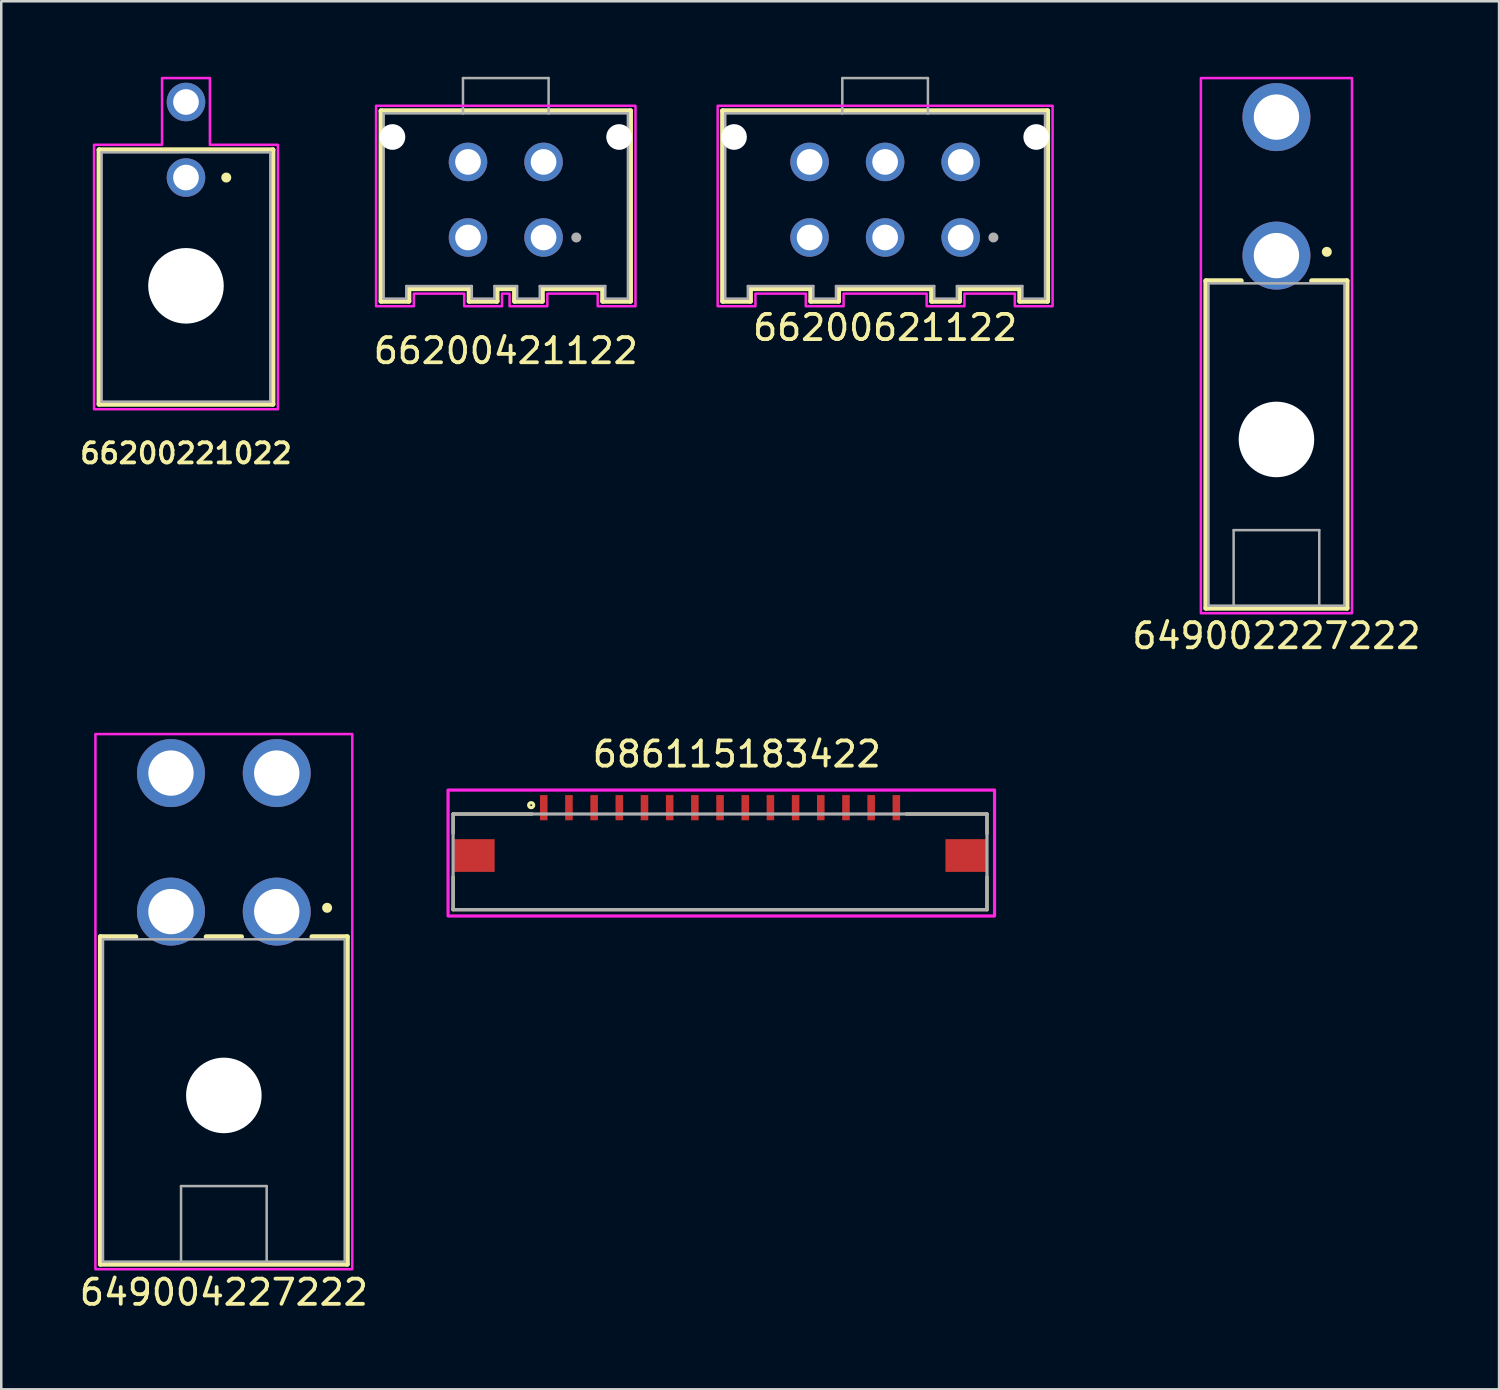
<source format=kicad_pcb>
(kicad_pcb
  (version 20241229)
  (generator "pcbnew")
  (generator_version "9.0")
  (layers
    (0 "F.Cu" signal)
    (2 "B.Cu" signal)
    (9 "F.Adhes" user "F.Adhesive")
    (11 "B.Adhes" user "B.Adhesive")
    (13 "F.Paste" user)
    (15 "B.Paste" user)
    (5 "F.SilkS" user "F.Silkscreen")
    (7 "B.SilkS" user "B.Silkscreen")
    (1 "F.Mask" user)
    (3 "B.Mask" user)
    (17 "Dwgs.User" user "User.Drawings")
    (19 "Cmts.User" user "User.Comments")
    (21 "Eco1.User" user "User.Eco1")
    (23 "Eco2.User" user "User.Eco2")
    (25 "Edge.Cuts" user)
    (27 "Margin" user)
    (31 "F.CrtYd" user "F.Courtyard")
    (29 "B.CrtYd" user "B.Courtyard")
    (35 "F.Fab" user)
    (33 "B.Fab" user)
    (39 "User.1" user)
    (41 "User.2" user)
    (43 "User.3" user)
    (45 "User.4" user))
  (footprint "649002227222"
    (layer "F.Cu")
    (at 47.636 14.6)
    (property "Reference" "649002227222" (at 0 7.6 0) (layer "F.SilkS") (effects (font (size 1 1) (thickness 0.15))))
    (attr through_hole)
    (fp_line (start -2.8 -6.5) (end -2.8 6.5) (stroke (width 0.2) (type solid)) (layer "F.SilkS"))
    (fp_line (start -2.8 6.5) (end 2.8 6.5) (stroke (width 0.2) (type solid)) (layer "F.SilkS"))
    (fp_line (start -1.4 -6.5) (end -2.8 -6.5) (stroke (width 0.2) (type solid)) (layer "F.SilkS"))
    (fp_line (start 2.8 -6.5) (end 1.4 -6.5) (stroke (width 0.2) (type solid)) (layer "F.SilkS"))
    (fp_line (start 2.8 6.5) (end 2.8 -6.5) (stroke (width 0.2) (type solid)) (layer "F.SilkS"))
    (fp_circle (center 2 -7.65) (end 2.1 -7.65) (stroke (width 0.2) (type solid)) (fill no) (layer "F.SilkS"))
    (fp_poly (pts (xy -3 -14.55) (xy 3 -14.55) (xy 3 6.7) (xy -3 6.7)) (stroke (width 0.1) (type solid)) (fill no) (layer "F.CrtYd"))
    (fp_line (start -2.7 -6.4) (end 2.7 -6.4) (stroke (width 0.1) (type solid)) (layer "F.Fab"))
    (fp_line (start -2.7 6.4) (end -2.7 -6.4) (stroke (width 0.1) (type solid)) (layer "F.Fab"))
    (fp_line (start -1.7 3.4) (end 1.7 3.4) (stroke (width 0.1) (type solid)) (layer "F.Fab"))
    (fp_line (start -1.7 6.4) (end -2.7 6.4) (stroke (width 0.1) (type solid)) (layer "F.Fab"))
    (fp_line (start -1.7 6.4) (end -1.7 3.4) (stroke (width 0.1) (type solid)) (layer "F.Fab"))
    (fp_line (start 1.7 3.4) (end 1.7 6.4) (stroke (width 0.1) (type solid)) (layer "F.Fab"))
    (fp_line (start 1.7 6.4) (end -1.7 6.4) (stroke (width 0.1) (type solid)) (layer "F.Fab"))
    (fp_line (start 2.7 -6.4) (end 2.7 6.4) (stroke (width 0.1) (type solid)) (layer "F.Fab"))
    (fp_line (start 2.7 6.4) (end 1.7 6.4) (stroke (width 0.1) (type solid)) (layer "F.Fab"))
    (pad "" np_thru_hole circle (at 0 -0.2) (size 3 3) (drill 3) (layers "*.Cu" "*.Mask"))
    (pad "1" thru_hole circle (at 0 -7.5) (size 2.7 2.7) (drill 1.8) (layers "*.Cu" "*.Mask"))
    (pad "2" thru_hole circle (at 0 -13) (size 2.7 2.7) (drill 1.8) (layers "*.Cu" "*.Mask")))
  (footprint "649004227222"
    (layer "F.Cu")
    (at 5.839 40.648)
    (property "Reference" "649004227222" (at 0 7.62 0) (layer "F.SilkS") (effects (font (size 1 1) (thickness 0.15))))
    (attr through_hole)
    (fp_line (start -4.9 -6.5) (end -4.9 6.5) (stroke (width 0.2) (type solid)) (layer "F.SilkS"))
    (fp_line (start -4.9 6.5) (end 4.9 6.5) (stroke (width 0.2) (type solid)) (layer "F.SilkS"))
    (fp_line (start -3.5 -6.5) (end -4.9 -6.5) (stroke (width 0.2) (type solid)) (layer "F.SilkS"))
    (fp_line (start -0.7 -6.5) (end 0.7 -6.5) (stroke (width 0.2) (type solid)) (layer "F.SilkS"))
    (fp_line (start 4.9 -6.5) (end 3.5 -6.5) (stroke (width 0.2) (type solid)) (layer "F.SilkS"))
    (fp_line (start 4.9 6.5) (end 4.9 -6.5) (stroke (width 0.2) (type solid)) (layer "F.SilkS"))
    (fp_circle (center 4.1 -7.65) (end 4.2 -7.65) (stroke (width 0.2) (type solid)) (fill no) (layer "F.SilkS"))
    (fp_poly (pts (xy -5.1 -14.55) (xy 5.1 -14.55) (xy 5.1 6.7) (xy -5.1 6.7)) (stroke (width 0.1) (type solid)) (fill no) (layer "F.CrtYd"))
    (fp_line (start -4.8 -6.4) (end 4.8 -6.4) (stroke (width 0.1) (type solid)) (layer "F.Fab"))
    (fp_line (start -4.8 6.4) (end -4.8 -6.4) (stroke (width 0.1) (type solid)) (layer "F.Fab"))
    (fp_line (start -1.7 3.4) (end 1.7 3.4) (stroke (width 0.1) (type solid)) (layer "F.Fab"))
    (fp_line (start -1.7 6.4) (end -4.8 6.4) (stroke (width 0.1) (type solid)) (layer "F.Fab"))
    (fp_line (start -1.7 6.4) (end -1.7 3.4) (stroke (width 0.1) (type solid)) (layer "F.Fab"))
    (fp_line (start 1.7 3.4) (end 1.7 6.4) (stroke (width 0.1) (type solid)) (layer "F.Fab"))
    (fp_line (start 1.7 6.4) (end -1.7 6.4) (stroke (width 0.1) (type solid)) (layer "F.Fab"))
    (fp_line (start 4.8 -6.4) (end 4.8 6.4) (stroke (width 0.1) (type solid)) (layer "F.Fab"))
    (fp_line (start 4.8 6.4) (end 1.7 6.4) (stroke (width 0.1) (type solid)) (layer "F.Fab"))
    (pad "" np_thru_hole circle (at 0 -0.2) (size 3 3) (drill 3) (layers "*.Cu" "*.Mask"))
    (pad "1" thru_hole circle (at 2.1 -7.5) (size 2.7 2.7) (drill 1.8) (layers "*.Cu" "*.Mask"))
    (pad "2" thru_hole circle (at -2.1 -7.5) (size 2.7 2.7) (drill 1.8) (layers "*.Cu" "*.Mask"))
    (pad "3" thru_hole circle (at 2.1 -13) (size 2.7 2.7) (drill 1.8) (layers "*.Cu" "*.Mask"))
    (pad "4" thru_hole circle (at -2.1 -13) (size 2.7 2.7) (drill 1.8) (layers "*.Cu" "*.Mask")))
  (footprint "66200421122"
    (layer "F.Cu")
    (at 17.034 4.88)
    (property "Reference" "66200421122" (at 0 6 0) (layer "F.SilkS") (effects (font (size 1 1) (thickness 0.15))))
    (attr through_hole)
    (fp_line (start -4.95 -3.53) (end 4.95 -3.53) (stroke (width 0.2) (type solid)) (layer "F.SilkS"))
    (fp_line (start -4.95 4.03) (end -4.95 -3.53) (stroke (width 0.2) (type solid)) (layer "F.SilkS"))
    (fp_line (start -3.85 3.53) (end -3.85 4.03) (stroke (width 0.2) (type solid)) (layer "F.SilkS"))
    (fp_line (start -3.85 4.03) (end -4.95 4.03) (stroke (width 0.2) (type solid)) (layer "F.SilkS"))
    (fp_line (start -1.45 3.53) (end -3.85 3.53) (stroke (width 0.2) (type solid)) (layer "F.SilkS"))
    (fp_line (start -1.45 4.03) (end -1.45 3.53) (stroke (width 0.2) (type solid)) (layer "F.SilkS"))
    (fp_line (start -0.35 3.53) (end -0.35 4.03) (stroke (width 0.2) (type solid)) (layer "F.SilkS"))
    (fp_line (start -0.35 4.03) (end -1.45 4.03) (stroke (width 0.2) (type solid)) (layer "F.SilkS"))
    (fp_line (start 0.35 3.53) (end -0.35 3.53) (stroke (width 0.2) (type solid)) (layer "F.SilkS"))
    (fp_line (start 0.35 4.03) (end 0.35 3.53) (stroke (width 0.2) (type solid)) (layer "F.SilkS"))
    (fp_line (start 1.45 3.53) (end 1.45 4.03) (stroke (width 0.2) (type solid)) (layer "F.SilkS"))
    (fp_line (start 1.45 4.03) (end 0.35 4.03) (stroke (width 0.2) (type solid)) (layer "F.SilkS"))
    (fp_line (start 3.85 3.53) (end 1.45 3.53) (stroke (width 0.2) (type solid)) (layer "F.SilkS"))
    (fp_line (start 3.85 4.03) (end 3.85 3.53) (stroke (width 0.2) (type solid)) (layer "F.SilkS"))
    (fp_line (start 4.95 -3.53) (end 4.95 4.03) (stroke (width 0.2) (type solid)) (layer "F.SilkS"))
    (fp_line (start 4.95 4.03) (end 3.85 4.03) (stroke (width 0.2) (type solid)) (layer "F.SilkS"))
    (fp_poly (pts (xy 5.15 -3.73) (xy 5.15 4.23) (xy 3.65 4.23) (xy 3.65 3.73) (xy 1.65 3.73) (xy 1.65 4.23) (xy 0.15 4.23) (xy 0.15 3.73) (xy -0.15 3.73) (xy -0.15 4.23) (xy -1.65 4.23) (xy -1.65 3.73) (xy -3.65 3.73) (xy -3.65 4.23) (xy -5.15 4.23) (xy -5.15 -3.73)) (stroke (width 0.1) (type solid)) (fill no) (layer "F.CrtYd"))
    (fp_line (start -4.85 -3.43) (end -4.85 3.93) (stroke (width 0.1) (type solid)) (layer "F.Fab"))
    (fp_line (start -4.85 3.93) (end -3.95 3.93) (stroke (width 0.1) (type solid)) (layer "F.Fab"))
    (fp_line (start -3.95 3.43) (end -1.35 3.43) (stroke (width 0.1) (type solid)) (layer "F.Fab"))
    (fp_line (start -3.95 3.93) (end -3.95 3.43) (stroke (width 0.1) (type solid)) (layer "F.Fab"))
    (fp_line (start -1.7 -4.83) (end 1.7 -4.83) (stroke (width 0.1) (type solid)) (layer "F.Fab"))
    (fp_line (start -1.7 -3.43) (end -4.85 -3.43) (stroke (width 0.1) (type solid)) (layer "F.Fab"))
    (fp_line (start -1.7 -3.43) (end -1.7 -4.83) (stroke (width 0.1) (type solid)) (layer "F.Fab"))
    (fp_line (start -1.35 3.43) (end -1.35 3.93) (stroke (width 0.1) (type solid)) (layer "F.Fab"))
    (fp_line (start -1.35 3.93) (end -0.45 3.93) (stroke (width 0.1) (type solid)) (layer "F.Fab"))
    (fp_line (start -0.45 3.43) (end 0.45 3.43) (stroke (width 0.1) (type solid)) (layer "F.Fab"))
    (fp_line (start -0.45 3.93) (end -0.45 3.43) (stroke (width 0.1) (type solid)) (layer "F.Fab"))
    (fp_line (start 0.45 3.43) (end 0.45 3.93) (stroke (width 0.1) (type solid)) (layer "F.Fab"))
    (fp_line (start 0.45 3.93) (end 1.35 3.93) (stroke (width 0.1) (type solid)) (layer "F.Fab"))
    (fp_line (start 1.35 3.43) (end 3.95 3.43) (stroke (width 0.1) (type solid)) (layer "F.Fab"))
    (fp_line (start 1.35 3.93) (end 1.35 3.43) (stroke (width 0.1) (type solid)) (layer "F.Fab"))
    (fp_line (start 1.7 -4.83) (end 1.7 -3.43) (stroke (width 0.1) (type solid)) (layer "F.Fab"))
    (fp_line (start 1.7 -3.43) (end -1.7 -3.43) (stroke (width 0.1) (type solid)) (layer "F.Fab"))
    (fp_line (start 3.95 3.93) (end 3.95 3.43) (stroke (width 0.1) (type solid)) (layer "F.Fab"))
    (fp_line (start 4.85 -3.43) (end 1.7 -3.43) (stroke (width 0.1) (type solid)) (layer "F.Fab"))
    (fp_line (start 4.85 3.93) (end 3.95 3.93) (stroke (width 0.1) (type solid)) (layer "F.Fab"))
    (fp_line (start 4.85 3.93) (end 4.85 -3.43) (stroke (width 0.1) (type solid)) (layer "F.Fab"))
    (fp_circle (center 2.8 1.5) (end 2.9 1.5) (stroke (width 0.2) (type solid)) (fill no) (layer "F.Fab"))
    (pad "" np_thru_hole circle (at -4.5 -2.49) (size 1.02 1.02) (drill 1.02) (layers "*.Cu" "*.Mask"))
    (pad "" np_thru_hole circle (at 4.5 -2.49) (size 1.02 1.02) (drill 1.02) (layers "*.Cu" "*.Mask"))
    (pad "1" thru_hole circle (at 1.5 1.5) (size 1.53 1.53) (drill 1.02) (layers "*.Cu" "*.Mask"))
    (pad "2" thru_hole circle (at -1.5 1.5) (size 1.53 1.53) (drill 1.02) (layers "*.Cu" "*.Mask"))
    (pad "3" thru_hole circle (at 1.5 -1.5) (size 1.53 1.53) (drill 1.02) (layers "*.Cu" "*.Mask"))
    (pad "4" thru_hole circle (at -1.5 -1.5) (size 1.53 1.53) (drill 1.02) (layers "*.Cu" "*.Mask")))
  (footprint "66200221022"
    (layer "F.Cu")
    (at 4.335 7.95)
    (property "Reference" "66200221022" (at 0 7 0) (layer "F.SilkS") (effects (font (size 0.8 0.8) (thickness 0.15))))
    (attr through_hole)
    (fp_line (start -3.45 -5.05) (end 3.45 -5.05) (stroke (width 0.2) (type solid)) (layer "F.SilkS"))
    (fp_line (start -3.45 5.05) (end -3.45 -5.05) (stroke (width 0.2) (type solid)) (layer "F.SilkS"))
    (fp_line (start 3.45 -5.05) (end 3.45 5.05) (stroke (width 0.2) (type solid)) (layer "F.SilkS"))
    (fp_line (start 3.45 5.05) (end -3.45 5.05) (stroke (width 0.2) (type solid)) (layer "F.SilkS"))
    (fp_circle (center 1.6 -3.95) (end 1.7 -3.95) (stroke (width 0.2) (type solid)) (fill no) (layer "F.SilkS"))
    (fp_poly (pts (xy 0.95 -7.9) (xy 0.95 -5.25) (xy 3.65 -5.25) (xy 3.65 5.25) (xy -3.65 5.25) (xy -3.65 -5.25) (xy -0.95 -5.25) (xy -0.95 -7.9)) (stroke (width 0.1) (type solid)) (fill no) (layer "F.CrtYd"))
    (fp_line (start -3.35 -4.95) (end 3.35 -4.95) (stroke (width 0.1) (type solid)) (layer "F.Fab"))
    (fp_line (start -3.35 4.95) (end -3.35 -4.95) (stroke (width 0.1) (type solid)) (layer "F.Fab"))
    (fp_line (start 3.35 -4.95) (end 3.35 4.95) (stroke (width 0.1) (type solid)) (layer "F.Fab"))
    (fp_line (start 3.35 4.95) (end -3.35 4.95) (stroke (width 0.1) (type solid)) (layer "F.Fab"))
    (pad "" np_thru_hole circle (at 0 0.35) (size 3 3) (drill 3) (layers "*.Cu" "*.Mask"))
    (pad "1" thru_hole circle (at 0 -3.95) (size 1.53 1.53) (drill 1.02) (layers "*.Cu" "*.Mask"))
    (pad "2" thru_hole circle (at 0 -6.95) (size 1.53 1.53) (drill 1.02) (layers "*.Cu" "*.Mask")))
  (footprint "686115183422"
    (layer "F.Cu")
    (at 25.542 30.922)
    (property "Reference" "686115183422" (at 0.665 -4.025 0) (layer "F.SilkS") (effects (font (size 1 1) (thickness 0.15))))
    (attr smd)
    (fp_line (start -10.6 -1.65) (end -10.6 -0.88) (stroke (width 0.127) (type solid)) (layer "F.SilkS"))
    (fp_line (start -10.6 0.84) (end -10.6 2.15) (stroke (width 0.127) (type solid)) (layer "F.SilkS"))
    (fp_line (start -10.6 2.15) (end 10.6 2.15) (stroke (width 0.127) (type solid)) (layer "F.SilkS"))
    (fp_line (start -7.46 -1.65) (end -10.6 -1.65) (stroke (width 0.127) (type solid)) (layer "F.SilkS"))
    (fp_line (start 7.39 -1.65) (end 10.6 -1.65) (stroke (width 0.127) (type solid)) (layer "F.SilkS"))
    (fp_line (start 10.6 -1.65) (end 10.6 -0.87) (stroke (width 0.127) (type solid)) (layer "F.SilkS"))
    (fp_line (start 10.6 2.15) (end 10.6 0.84) (stroke (width 0.127) (type solid)) (layer "F.SilkS"))
    (fp_circle (center -7.5 -2) (end -7.4 -2) (stroke (width 0.127) (type solid)) (fill no) (layer "F.SilkS"))
    (fp_poly (pts (xy -10.8 -2.6) (xy 10.9 -2.6) (xy 10.9 2.4) (xy -10.8 2.4)) (stroke (width 0.127) (type solid)) (fill no) (layer "F.CrtYd"))
    (fp_line (start -10.6 -1.65) (end 10.6 -1.65) (stroke (width 0.127) (type solid)) (layer "F.Fab"))
    (fp_line (start -10.6 2.15) (end -10.6 -1.65) (stroke (width 0.127) (type solid)) (layer "F.Fab"))
    (fp_line (start 10.6 -1.65) (end 10.6 2.15) (stroke (width 0.127) (type solid)) (layer "F.Fab"))
    (fp_line (start 10.6 2.15) (end -10.6 2.15) (stroke (width 0.127) (type solid)) (layer "F.Fab"))
    (pad "1" smd rect (at -7 -1.9) (size 0.3 1) (layers "F.Cu" "F.Mask" "F.Paste"))
    (pad "2" smd rect (at -6 -1.9) (size 0.3 1) (layers "F.Cu" "F.Mask" "F.Paste"))
    (pad "3" smd rect (at -5 -1.9) (size 0.3 1) (layers "F.Cu" "F.Mask" "F.Paste"))
    (pad "4" smd rect (at -4 -1.9) (size 0.3 1) (layers "F.Cu" "F.Mask" "F.Paste"))
    (pad "5" smd rect (at -3 -1.9) (size 0.3 1) (layers "F.Cu" "F.Mask" "F.Paste"))
    (pad "6" smd rect (at -2 -1.9) (size 0.3 1) (layers "F.Cu" "F.Mask" "F.Paste"))
    (pad "7" smd rect (at -1 -1.9) (size 0.3 1) (layers "F.Cu" "F.Mask" "F.Paste"))
    (pad "8" smd rect (at 0 -1.9) (size 0.3 1) (layers "F.Cu" "F.Mask" "F.Paste"))
    (pad "9" smd rect (at 1 -1.9) (size 0.3 1) (layers "F.Cu" "F.Mask" "F.Paste"))
    (pad "10" smd rect (at 2 -1.9) (size 0.3 1) (layers "F.Cu" "F.Mask" "F.Paste"))
    (pad "11" smd rect (at 3 -1.9) (size 0.3 1) (layers "F.Cu" "F.Mask" "F.Paste"))
    (pad "12" smd rect (at 4 -1.9) (size 0.3 1) (layers "F.Cu" "F.Mask" "F.Paste"))
    (pad "13" smd rect (at 5 -1.9) (size 0.3 1) (layers "F.Cu" "F.Mask" "F.Paste"))
    (pad "14" smd rect (at 6 -1.9) (size 0.3 1) (layers "F.Cu" "F.Mask" "F.Paste"))
    (pad "15" smd rect (at 7 -1.9) (size 0.3 1) (layers "F.Cu" "F.Mask" "F.Paste"))
    (pad "Z1" smd rect (at -9.775 0) (size 1.65 1.3) (layers "F.Cu" "F.Mask" "F.Paste"))
    (pad "Z2" smd rect (at 9.775 0) (size 1.65 1.3) (layers "F.Cu" "F.Mask" "F.Paste")))
  (footprint "66200621122"
    (layer "F.Cu")
    (at 32.097 4.88)
    (property "Reference" "66200621122" (at 0 5.08 0) (layer "F.SilkS") (effects (font (size 1 1) (thickness 0.15))))
    (attr through_hole)
    (fp_line (start -6.45 -3.53) (end 6.45 -3.53) (stroke (width 0.2) (type solid)) (layer "F.SilkS"))
    (fp_line (start -6.45 4.03) (end -6.45 -3.53) (stroke (width 0.2) (type solid)) (layer "F.SilkS"))
    (fp_line (start -5.35 3.53) (end -5.35 4.03) (stroke (width 0.2) (type solid)) (layer "F.SilkS"))
    (fp_line (start -5.35 4.03) (end -6.45 4.03) (stroke (width 0.2) (type solid)) (layer "F.SilkS"))
    (fp_line (start -2.95 3.53) (end -5.35 3.53) (stroke (width 0.2) (type solid)) (layer "F.SilkS"))
    (fp_line (start -2.95 4.03) (end -2.95 3.53) (stroke (width 0.2) (type solid)) (layer "F.SilkS"))
    (fp_line (start -1.85 3.53) (end -1.85 4.03) (stroke (width 0.2) (type solid)) (layer "F.SilkS"))
    (fp_line (start -1.85 4.03) (end -2.95 4.03) (stroke (width 0.2) (type solid)) (layer "F.SilkS"))
    (fp_line (start 1.85 3.53) (end -1.85 3.53) (stroke (width 0.2) (type solid)) (layer "F.SilkS"))
    (fp_line (start 1.85 4.03) (end 1.85 3.53) (stroke (width 0.2) (type solid)) (layer "F.SilkS"))
    (fp_line (start 2.95 3.53) (end 2.95 4.03) (stroke (width 0.2) (type solid)) (layer "F.SilkS"))
    (fp_line (start 2.95 4.03) (end 1.85 4.03) (stroke (width 0.2) (type solid)) (layer "F.SilkS"))
    (fp_line (start 5.35 3.53) (end 2.95 3.53) (stroke (width 0.2) (type solid)) (layer "F.SilkS"))
    (fp_line (start 5.35 4.03) (end 5.35 3.53) (stroke (width 0.2) (type solid)) (layer "F.SilkS"))
    (fp_line (start 6.45 -3.53) (end 6.45 4.03) (stroke (width 0.2) (type solid)) (layer "F.SilkS"))
    (fp_line (start 6.45 4.03) (end 5.35 4.03) (stroke (width 0.2) (type solid)) (layer "F.SilkS"))
    (fp_poly (pts (xy 6.65 -3.73) (xy 6.65 4.23) (xy 5.15 4.23) (xy 5.15 3.73) (xy 3.15 3.73) (xy 3.15 4.23) (xy 1.65 4.23) (xy 1.65 3.73) (xy -1.65 3.73) (xy -1.65 4.23) (xy -3.15 4.23) (xy -3.15 3.73) (xy -5.15 3.73) (xy -5.15 4.23) (xy -6.65 4.23) (xy -6.65 -3.73)) (stroke (width 0.1) (type solid)) (fill no) (layer "F.CrtYd"))
    (fp_line (start -6.35 -3.43) (end -6.35 3.93) (stroke (width 0.1) (type solid)) (layer "F.Fab"))
    (fp_line (start -6.35 3.93) (end -5.45 3.93) (stroke (width 0.1) (type solid)) (layer "F.Fab"))
    (fp_line (start -5.45 3.43) (end -2.85 3.43) (stroke (width 0.1) (type solid)) (layer "F.Fab"))
    (fp_line (start -5.45 3.93) (end -5.45 3.43) (stroke (width 0.1) (type solid)) (layer "F.Fab"))
    (fp_line (start -2.85 3.43) (end -2.85 3.93) (stroke (width 0.1) (type solid)) (layer "F.Fab"))
    (fp_line (start -2.85 3.93) (end -1.95 3.93) (stroke (width 0.1) (type solid)) (layer "F.Fab"))
    (fp_line (start -1.95 3.43) (end 1.95 3.43) (stroke (width 0.1) (type solid)) (layer "F.Fab"))
    (fp_line (start -1.95 3.93) (end -1.95 3.43) (stroke (width 0.1) (type solid)) (layer "F.Fab"))
    (fp_line (start -1.7 -4.83) (end 1.7 -4.83) (stroke (width 0.1) (type solid)) (layer "F.Fab"))
    (fp_line (start -1.7 -3.43) (end -6.35 -3.43) (stroke (width 0.1) (type solid)) (layer "F.Fab"))
    (fp_line (start -1.7 -3.43) (end -1.7 -4.83) (stroke (width 0.1) (type solid)) (layer "F.Fab"))
    (fp_line (start 1.7 -4.83) (end 1.7 -3.43) (stroke (width 0.1) (type solid)) (layer "F.Fab"))
    (fp_line (start 1.7 -3.43) (end -1.7 -3.43) (stroke (width 0.1) (type solid)) (layer "F.Fab"))
    (fp_line (start 1.95 3.43) (end 1.95 3.93) (stroke (width 0.1) (type solid)) (layer "F.Fab"))
    (fp_line (start 1.95 3.93) (end 2.85 3.93) (stroke (width 0.1) (type solid)) (layer "F.Fab"))
    (fp_line (start 2.85 3.43) (end 5.45 3.43) (stroke (width 0.1) (type solid)) (layer "F.Fab"))
    (fp_line (start 2.85 3.93) (end 2.85 3.43) (stroke (width 0.1) (type solid)) (layer "F.Fab"))
    (fp_line (start 5.45 3.93) (end 5.45 3.43) (stroke (width 0.1) (type solid)) (layer "F.Fab"))
    (fp_line (start 6.35 -3.43) (end 1.7 -3.43) (stroke (width 0.1) (type solid)) (layer "F.Fab"))
    (fp_line (start 6.35 3.93) (end 5.45 3.93) (stroke (width 0.1) (type solid)) (layer "F.Fab"))
    (fp_line (start 6.35 3.93) (end 6.35 -3.43) (stroke (width 0.1) (type solid)) (layer "F.Fab"))
    (fp_circle (center 4.3 1.5) (end 4.4 1.5) (stroke (width 0.2) (type solid)) (fill no) (layer "F.Fab"))
    (pad "" np_thru_hole circle (at -6 -2.49) (size 1.02 1.02) (drill 1.02) (layers "*.Cu" "*.Mask"))
    (pad "" np_thru_hole circle (at 6 -2.49) (size 1.02 1.02) (drill 1.02) (layers "*.Cu" "*.Mask"))
    (pad "1" thru_hole circle (at 3 1.5) (size 1.53 1.53) (drill 1.02) (layers "*.Cu" "*.Mask"))
    (pad "2" thru_hole circle (at 0 1.5) (size 1.53 1.53) (drill 1.02) (layers "*.Cu" "*.Mask"))
    (pad "3" thru_hole circle (at -3 1.5) (size 1.53 1.53) (drill 1.02) (layers "*.Cu" "*.Mask"))
    (pad "4" thru_hole circle (at 3 -1.5) (size 1.53 1.53) (drill 1.02) (layers "*.Cu" "*.Mask"))
    (pad "5" thru_hole circle (at 0 -1.5) (size 1.53 1.53) (drill 1.02) (layers "*.Cu" "*.Mask"))
    (pad "6" thru_hole circle (at -3 -1.5) (size 1.53 1.53) (drill 1.02) (layers "*.Cu" "*.Mask")))
  (gr_rect
    (start -3 -3)
    (end 56.476 52.117)
    (stroke (width 0.1) (type default))
    (fill no)
    (layer "Edge.Cuts")))
</source>
